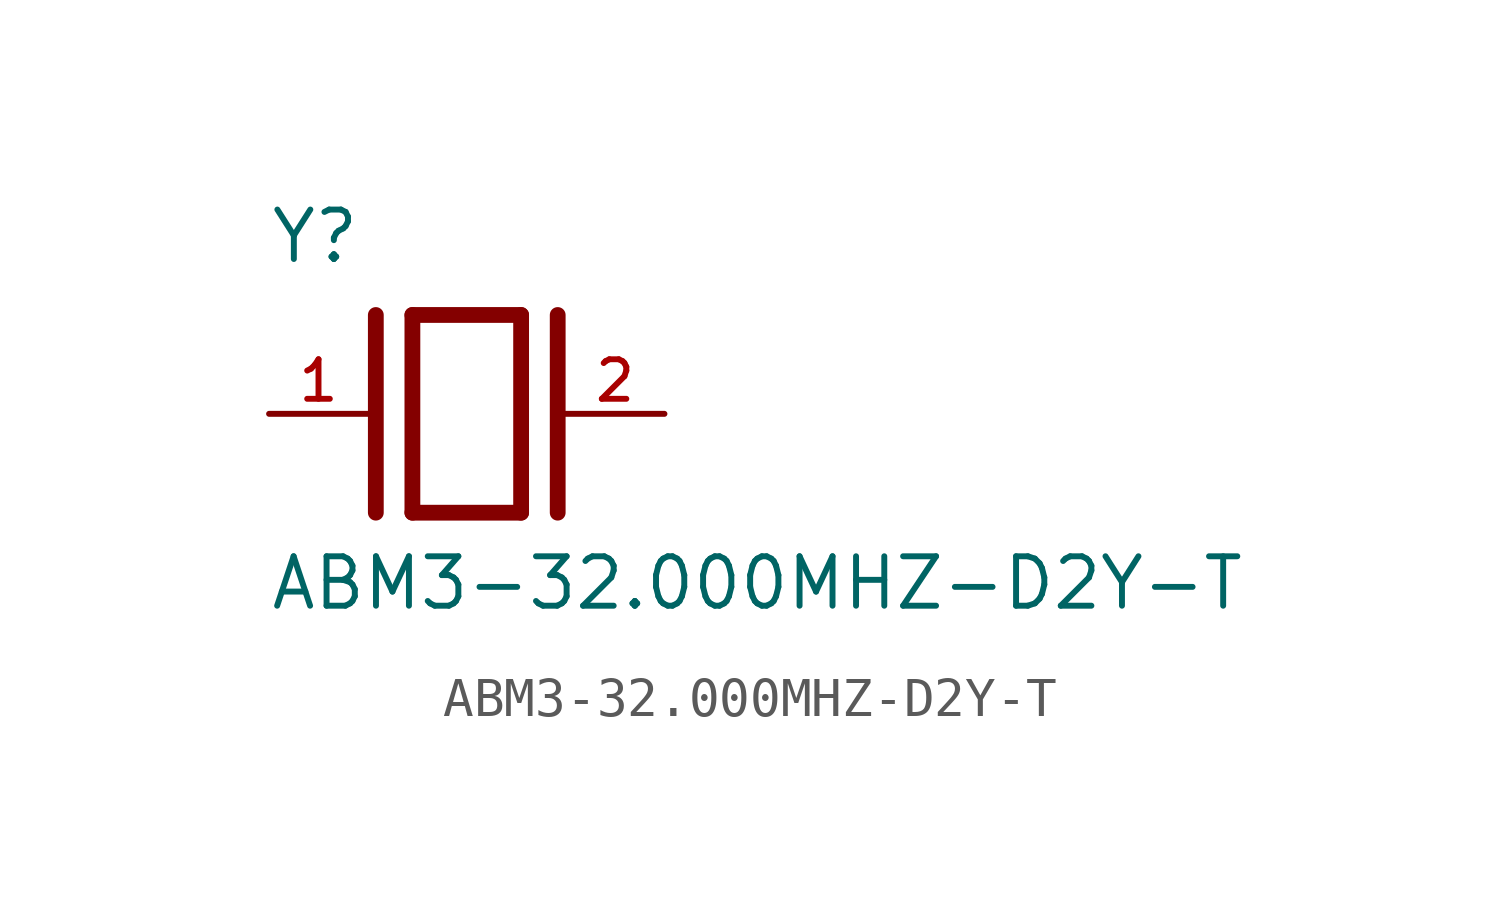
<source format=kicad_sym>
(kicad_symbol_lib
  (version 20211014)
  (generator kicad_symbol_editor)
  (symbol "ABM3-32.000MHZ-D2Y-T"
    (pin_names
      (offset 1.016))
    (property "Reference" "Y"
      (at -5.088 3.816 0)
      (effects (font (size 1.27 1.27)) (justify bottom left)))
    (property "Value" "ABM3-32.000MHZ-D2Y-T"
      (at -5.094 -5.094 0)
      (effects (font (size 1.27 1.27)) (justify bottom left)))
    (symbol "ABM3-32.000MHZ-D2Y-T_0_0"
      (polyline (pts (xy -1.397 2.54) (xy 1.397 2.54)) (stroke (width 0.406)))
      (polyline (pts (xy 1.397 2.54) (xy 1.397 -2.54)) (stroke (width 0.406)))
      (polyline (pts (xy 1.397 -2.54) (xy -1.397 -2.54)) (stroke (width 0.406)))
      (polyline (pts (xy -1.397 2.54) (xy -1.397 -2.54)) (stroke (width 0.406)))
      (polyline (pts (xy 2.337 2.54) (xy 2.337 -2.54)) (stroke (width 0.406)))
      (polyline (pts (xy -2.337 2.54) (xy -2.337 -2.54)) (stroke (width 0.406)))
      (pin passive line (at 5.08 0.0 180.0) (length 2.54) (name "~" (effects (font (size 1.016 1.016)))) (number "2" (effects (font (size 1.016 1.016)))))
      (pin passive line (at -5.08 0.0 0) (length 2.54) (name "~" (effects (font (size 1.016 1.016)))) (number "1" (effects (font (size 1.016 1.016))))))))
</source>
